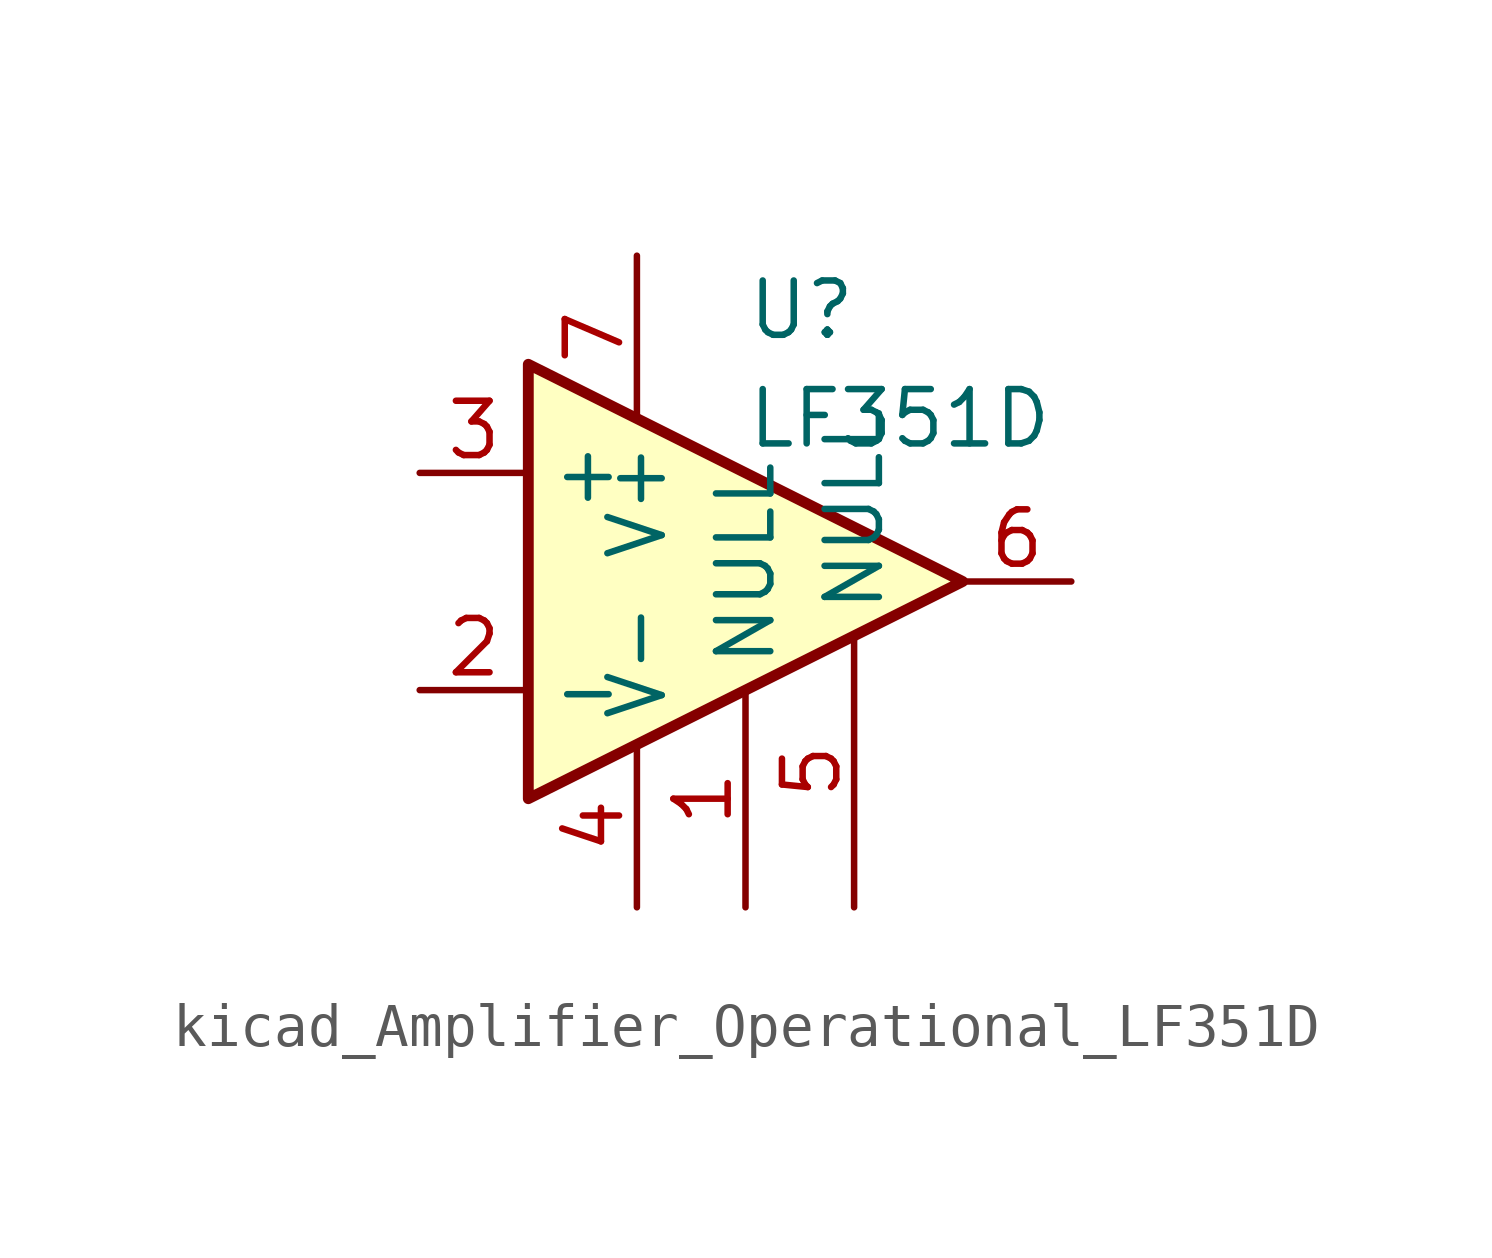
<source format=kicad_sym>
(kicad_symbol_lib
  (version 20220914)
  (generator kicad_symbol_editor)
  (symbol "kicad_Amplifier_Operational_LF351D"
    (property "Reference" "U"
      (at 0 6.35 0)
      (effects (font (size 1.27 1.27)) (justify left)))
    (property "Value" "LF351D"
      (at 0 3.81 0)
      (effects (font (size 1.27 1.27)) (justify left)))
    (symbol "kicad_Amplifier_Operational_LF351D_0_1"
      (polyline (pts (xy -5.08 5.08) (xy 5.08 0) (xy -5.08 -5.08) (xy -5.08 5.08)) (stroke (width 0.254) (type default)) (fill (type background))))
    (symbol "kicad_Amplifier_Operational_LF351D_1_1"
      (pin input line (at 0 -7.62 90) (length 5.08) (name "NULL" (effects (font (size 1.27 1.27)))) (number "1" (effects (font (size 1.27 1.27)))))
      (pin input line (at -7.62 -2.54 0) (length 2.54) (name "-" (effects (font (size 1.27 1.27)))) (number "2" (effects (font (size 1.27 1.27)))))
      (pin input line (at -7.62 2.54 0) (length 2.54) (name "+" (effects (font (size 1.27 1.27)))) (number "3" (effects (font (size 1.27 1.27)))))
      (pin power_in line (at -2.54 -7.62 90) (length 3.81) (name "V-" (effects (font (size 1.27 1.27)))) (number "4" (effects (font (size 1.27 1.27)))))
      (pin input line (at 2.54 -7.62 90) (length 6.35) (name "NULL" (effects (font (size 1.27 1.27)))) (number "5" (effects (font (size 1.27 1.27)))))
      (pin output line (at 7.62 0 180) (length 2.54) (name "~" (effects (font (size 1.27 1.27)))) (number "6" (effects (font (size 1.27 1.27)))))
      (pin power_in line (at -2.54 7.62 270) (length 3.81) (name "V+" (effects (font (size 1.27 1.27)))) (number "7" (effects (font (size 1.27 1.27)))))
      (pin no_connect line (at 0 2.54 270) (length 2.54) hide (name "NC" (effects (font (size 1.27 1.27)))) (number "8" (effects (font (size 1.27 1.27))))))))
</source>
